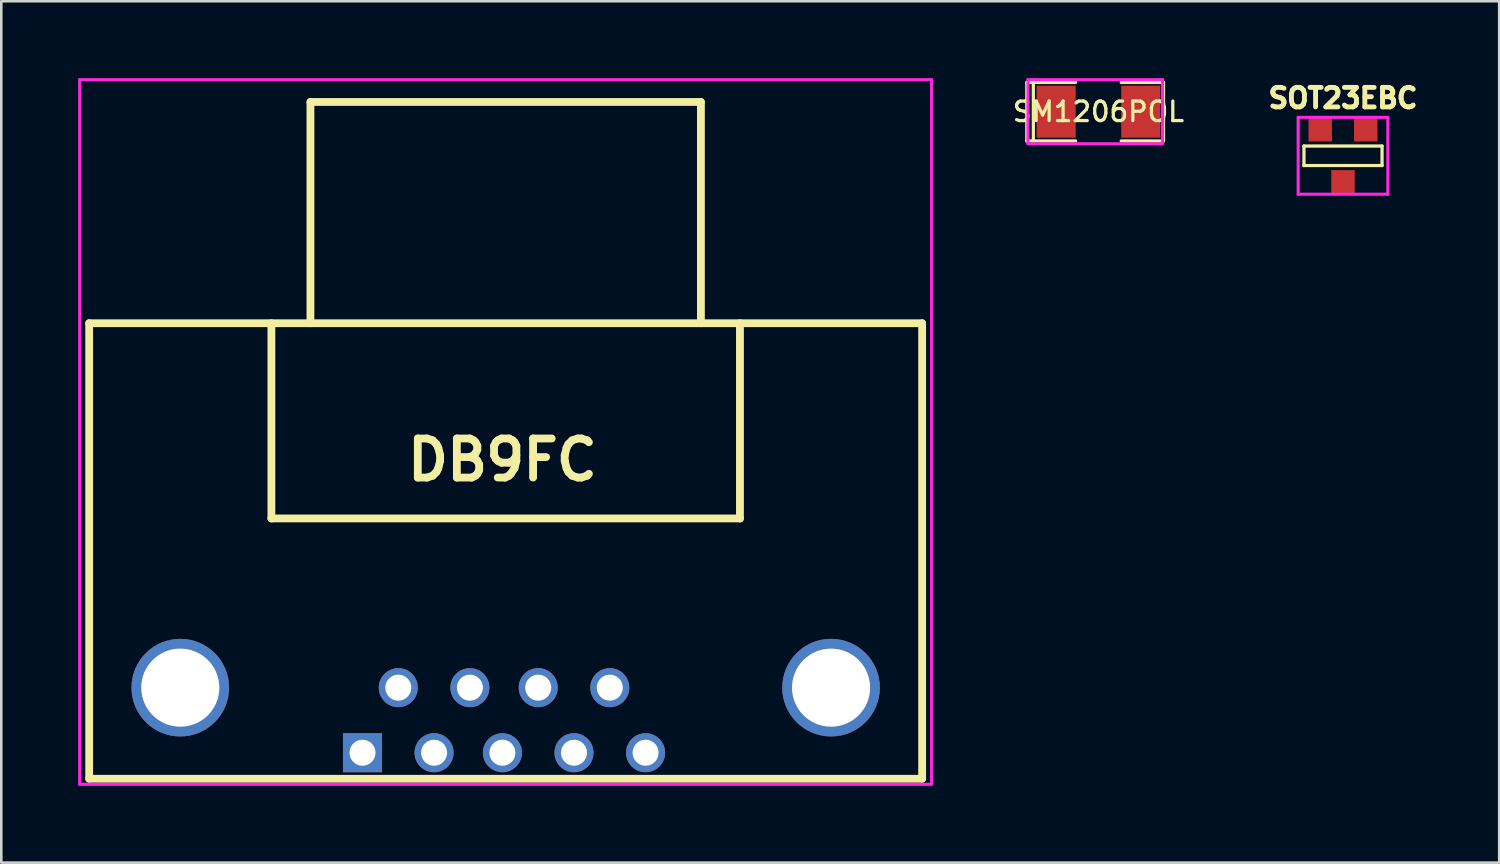
<source format=kicad_pcb>
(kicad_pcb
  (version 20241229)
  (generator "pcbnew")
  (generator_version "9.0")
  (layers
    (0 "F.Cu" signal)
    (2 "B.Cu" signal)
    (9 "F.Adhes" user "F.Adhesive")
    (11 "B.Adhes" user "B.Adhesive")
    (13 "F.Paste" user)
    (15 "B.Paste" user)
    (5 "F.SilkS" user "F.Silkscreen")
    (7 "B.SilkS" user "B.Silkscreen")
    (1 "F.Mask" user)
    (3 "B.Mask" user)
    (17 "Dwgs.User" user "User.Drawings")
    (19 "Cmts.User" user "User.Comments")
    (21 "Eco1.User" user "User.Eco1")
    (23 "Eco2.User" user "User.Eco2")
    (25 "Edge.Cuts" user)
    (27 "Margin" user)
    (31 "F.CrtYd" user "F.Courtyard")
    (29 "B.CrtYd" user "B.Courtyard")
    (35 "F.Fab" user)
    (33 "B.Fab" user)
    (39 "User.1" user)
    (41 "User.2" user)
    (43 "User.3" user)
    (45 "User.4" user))
  (footprint "SOT23EBC"
    (layer "F.Cu")
    (at 49.369 3.03)
    (property "Reference" "SOT23EBC" (at 0 -2.25 0) (layer "F.SilkS") (effects (font (size 0.762 0.762) (thickness 0.191))))
    (attr smd)
    (fp_line (start -1.524 -0.381) (end 1.524 -0.381) (stroke (width 0.127) (type solid)) (layer "F.SilkS"))
    (fp_line (start -1.524 0.381) (end -1.524 -0.381) (stroke (width 0.127) (type solid)) (layer "F.SilkS"))
    (fp_line (start 1.524 -0.381) (end 1.524 0.381) (stroke (width 0.127) (type solid)) (layer "F.SilkS"))
    (fp_line (start 1.524 0.381) (end -1.524 0.381) (stroke (width 0.127) (type solid)) (layer "F.SilkS"))
    (fp_line (start -1.75 -1.5) (end 1.75 -1.5) (stroke (width 0.12) (type solid)) (layer "F.CrtYd"))
    (fp_line (start -1.75 1.5) (end -1.75 -1.5) (stroke (width 0.12) (type solid)) (layer "F.CrtYd"))
    (fp_line (start 1.75 -1.5) (end 1.75 1.5) (stroke (width 0.12) (type solid)) (layer "F.CrtYd"))
    (fp_line (start 1.75 1.5) (end -1.75 1.5) (stroke (width 0.12) (type solid)) (layer "F.CrtYd"))
    (pad "1" smd rect (at -0.889 -1.016) (size 0.914 0.914) (layers "F.Cu" "F.Mask" "F.Paste"))
    (pad "2" smd rect (at 0.889 -1.016) (size 0.914 0.914) (layers "F.Cu" "F.Mask" "F.Paste"))
    (pad "3" smd rect (at 0 1.016) (size 0.914 0.914) (layers "F.Cu" "F.Mask" "F.Paste")))
  (footprint "DB9FC"
    (layer "F.Cu")
    (at 16.56 25.06)
    (property "Reference" "DB9FC" (at 0 -10.16 0) (layer "F.SilkS") (effects (font (size 1.524 1.524) (thickness 0.305))))
    (attr through_hole)
    (fp_line (start -16.129 -15.494) (end -16.129 2.286) (stroke (width 0.305) (type solid)) (layer "F.SilkS"))
    (fp_line (start -16.129 2.286) (end 16.383 2.286) (stroke (width 0.305) (type solid)) (layer "F.SilkS"))
    (fp_line (start -9.017 -15.494) (end -9.017 -7.874) (stroke (width 0.305) (type solid)) (layer "F.SilkS"))
    (fp_line (start -9.017 -7.874) (end 9.271 -7.874) (stroke (width 0.305) (type solid)) (layer "F.SilkS"))
    (fp_line (start -7.493 -24.13) (end 7.747 -24.13) (stroke (width 0.305) (type solid)) (layer "F.SilkS"))
    (fp_line (start -7.493 -15.494) (end -7.493 -24.13) (stroke (width 0.305) (type solid)) (layer "F.SilkS"))
    (fp_line (start 7.747 -24.13) (end 7.747 -15.494) (stroke (width 0.305) (type solid)) (layer "F.SilkS"))
    (fp_line (start 9.271 -7.874) (end 9.271 -15.494) (stroke (width 0.305) (type solid)) (layer "F.SilkS"))
    (fp_line (start 16.383 -15.494) (end -16.129 -15.494) (stroke (width 0.305) (type solid)) (layer "F.SilkS"))
    (fp_line (start 16.383 2.286) (end 16.383 -15.494) (stroke (width 0.305) (type solid)) (layer "F.SilkS"))
    (fp_line (start -16.5 -25) (end -16.5 2.5) (stroke (width 0.12) (type solid)) (layer "F.CrtYd"))
    (fp_line (start -16.5 2.5) (end 16.75 2.5) (stroke (width 0.12) (type solid)) (layer "F.CrtYd"))
    (fp_line (start 16.75 -25) (end -16.5 -25) (stroke (width 0.12) (type solid)) (layer "F.CrtYd"))
    (fp_line (start 16.75 -15.75) (end 16.75 -25) (stroke (width 0.12) (type solid)) (layer "F.CrtYd"))
    (fp_line (start 16.75 2.5) (end 16.75 -15.75) (stroke (width 0.12) (type solid)) (layer "F.CrtYd"))
    (pad "" thru_hole circle (at -12.573 -1.27) (size 3.81 3.81) (drill 3.048) (layers "*.Cu" "*.Mask"))
    (pad "" thru_hole circle (at 12.827 -1.27) (size 3.81 3.81) (drill 3.048) (layers "*.Cu" "*.Mask"))
    (pad "1" thru_hole rect (at -5.461 1.27) (size 1.524 1.524) (drill 1.016) (layers "*.Cu" "*.Mask"))
    (pad "2" thru_hole circle (at -2.667 1.27) (size 1.524 1.524) (drill 1.016) (layers "*.Cu" "*.Mask"))
    (pad "3" thru_hole circle (at 0 1.27) (size 1.524 1.524) (drill 1.016) (layers "*.Cu" "*.Mask"))
    (pad "4" thru_hole circle (at 2.794 1.27) (size 1.524 1.524) (drill 1.016) (layers "*.Cu" "*.Mask"))
    (pad "5" thru_hole circle (at 5.588 1.27) (size 1.524 1.524) (drill 1.016) (layers "*.Cu" "*.Mask"))
    (pad "6" thru_hole circle (at -4.064 -1.27) (size 1.524 1.524) (drill 1.016) (layers "*.Cu" "*.Mask"))
    (pad "7" thru_hole circle (at -1.27 -1.27) (size 1.524 1.524) (drill 1.016) (layers "*.Cu" "*.Mask"))
    (pad "8" thru_hole circle (at 1.397 -1.27) (size 1.524 1.524) (drill 1.016) (layers "*.Cu" "*.Mask"))
    (pad "9" thru_hole circle (at 4.191 -1.27) (size 1.524 1.524) (drill 1.016) (layers "*.Cu" "*.Mask")))
  (footprint "SM1206POL"
    (layer "F.Cu")
    (at 39.823 1.31)
    (property "Reference" "SM1206POL" (at 0 0 0) (layer "F.SilkS") (effects (font (size 0.762 0.762) (thickness 0.127))))
    (attr smd)
    (fp_line (start -2.794 -1.143) (end -2.794 1.143) (stroke (width 0.127) (type solid)) (layer "F.SilkS"))
    (fp_line (start -2.794 1.143) (end -2.54 1.143) (stroke (width 0.127) (type solid)) (layer "F.SilkS"))
    (fp_line (start -2.54 -1.143) (end -2.794 -1.143) (stroke (width 0.127) (type solid)) (layer "F.SilkS"))
    (fp_line (start -2.54 -1.143) (end -2.54 1.143) (stroke (width 0.127) (type solid)) (layer "F.SilkS"))
    (fp_line (start -2.54 1.143) (end -0.889 1.143) (stroke (width 0.127) (type solid)) (layer "F.SilkS"))
    (fp_line (start -0.889 -1.143) (end -2.54 -1.143) (stroke (width 0.127) (type solid)) (layer "F.SilkS"))
    (fp_line (start 0.889 -1.143) (end 2.54 -1.143) (stroke (width 0.127) (type solid)) (layer "F.SilkS"))
    (fp_line (start 2.54 -1.143) (end 2.54 1.143) (stroke (width 0.127) (type solid)) (layer "F.SilkS"))
    (fp_line (start 2.54 1.143) (end 0.889 1.143) (stroke (width 0.127) (type solid)) (layer "F.SilkS"))
    (fp_line (start -2.75 -1.25) (end 2.5 -1.25) (stroke (width 0.12) (type solid)) (layer "F.CrtYd"))
    (fp_line (start -2.75 1.25) (end -2.75 -1.25) (stroke (width 0.12) (type solid)) (layer "F.CrtYd"))
    (fp_line (start 2.5 -1.25) (end 2.5 1.25) (stroke (width 0.12) (type solid)) (layer "F.CrtYd"))
    (fp_line (start 2.5 1.25) (end -2.75 1.25) (stroke (width 0.12) (type solid)) (layer "F.CrtYd"))
    (pad "1" smd rect (at -1.651 0) (size 1.524 2.032) (layers "F.Cu" "F.Mask" "F.Paste"))
    (pad "2" smd rect (at 1.651 0) (size 1.524 2.032) (layers "F.Cu" "F.Mask" "F.Paste")))
  (gr_rect
    (start -3 -3)
    (end 55.464 30.62)
    (stroke (width 0.1) (type default))
    (fill no)
    (layer "Edge.Cuts")))
</source>
